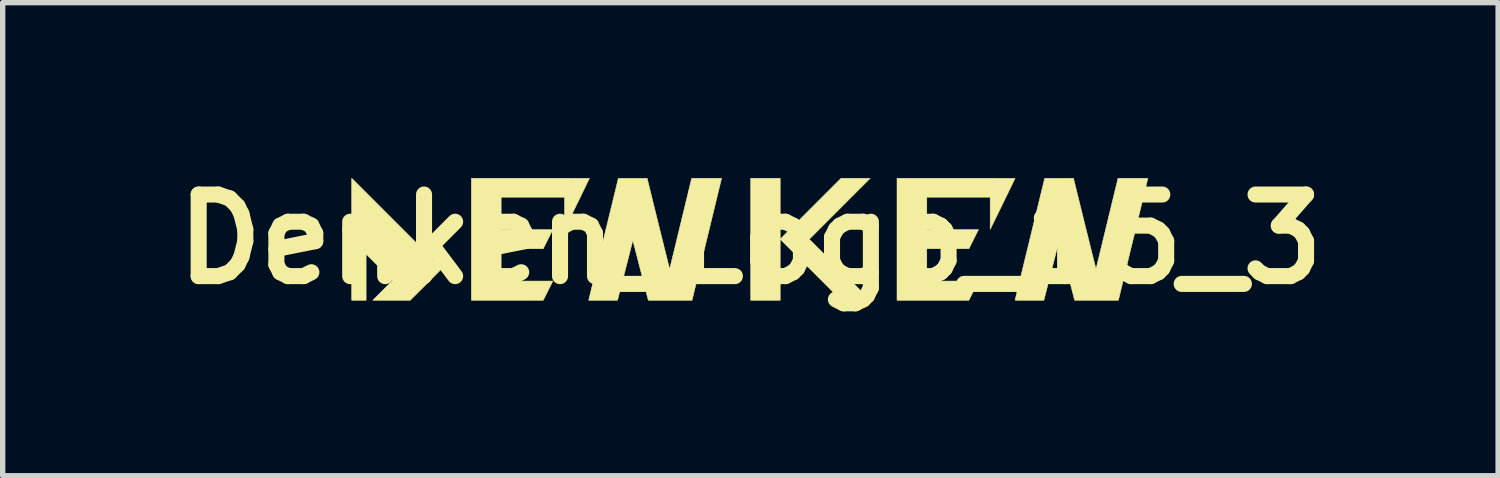
<source format=kicad_pcb>
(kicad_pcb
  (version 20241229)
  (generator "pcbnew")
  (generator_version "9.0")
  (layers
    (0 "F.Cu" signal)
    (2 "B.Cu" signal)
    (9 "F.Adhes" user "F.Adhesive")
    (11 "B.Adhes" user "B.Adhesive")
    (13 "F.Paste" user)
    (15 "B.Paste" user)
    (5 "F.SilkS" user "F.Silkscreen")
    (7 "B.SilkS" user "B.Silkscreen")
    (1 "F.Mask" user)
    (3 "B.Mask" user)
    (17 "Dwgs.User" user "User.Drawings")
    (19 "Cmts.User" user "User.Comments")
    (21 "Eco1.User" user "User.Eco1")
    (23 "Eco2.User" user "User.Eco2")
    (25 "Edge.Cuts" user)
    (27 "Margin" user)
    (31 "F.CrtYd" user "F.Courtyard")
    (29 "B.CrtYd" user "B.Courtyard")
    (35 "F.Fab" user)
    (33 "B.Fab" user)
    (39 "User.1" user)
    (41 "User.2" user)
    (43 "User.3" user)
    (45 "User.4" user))
  (footprint "Denken_Logo_15_3"
    (layer "F.Cu")
    (at 10.966 1.418)
    (property "Reference" "Denken_Logo_15_3" (at 0 0 0) (layer "F.SilkS") (effects (font (size 1.524 1.524) (thickness 0.3))))
    (attr through_hole)
    (fp_poly (pts (xy -6.604 -0.296) (xy -5.761 0.547) (xy -6.057 0.844) (xy -6.354 1.14) (xy -7.052 1.14) (xy -6.868 0.956) (xy -6.684 0.772) (xy -6.931 0.525) (xy -7.178 0.278) (xy -7.178 1.14) (xy -7.447 1.14) (xy -7.447 -1.139) (xy -6.604 -0.296)) (stroke (width 0.01) (type solid)) (fill yes) (layer "F.SilkS"))
    (fp_poly (pts (xy 0.556 -0.001) (xy 1.125 -0.57) (xy 1.693 -1.138) (xy 2.236 -1.138) (xy 1.668 -0.569) (xy 1.099 0) (xy 1.669 0.57) (xy 2.239 1.14) (xy 1.698 1.14) (xy 0.556 -0.001) (xy 0.556 1.14) (xy 0.005 1.14) (xy 0.005 -1.138) (xy 0.556 -1.138) (xy 0.556 -0.001)) (stroke (width 0.01) (type solid)) (fill yes) (layer "F.SilkS"))
    (fp_poly (pts (xy -4.035 -1.138) (xy -3.962 -1.138) (xy -3.89 -1.138) (xy -3.82 -1.138) (xy -3.752 -1.138) (xy -3.685 -1.138) (xy -3.621 -1.138) (xy -3.559 -1.138) (xy -3.499 -1.138) (xy -3.442 -1.138) (xy -3.388 -1.138) (xy -3.336 -1.137) (xy -3.288 -1.137) (xy -3.243 -1.137) (xy -3.201 -1.137) (xy -3.163 -1.137) (xy -3.129 -1.137) (xy -3.099 -1.137) (xy -3.072 -1.137) (xy -3.05 -1.137) (xy -3.033 -1.137) (xy -3.019 -1.136) (xy -3.011 -1.136) (xy -3.007 -1.136) (xy -3.007 -1.136) (xy -3.008 -1.134) (xy -3.012 -1.127) (xy -3.017 -1.116) (xy -3.024 -1.102) (xy -3.033 -1.084) (xy -3.043 -1.063) (xy -3.055 -1.038) (xy -3.068 -1.011) (xy -3.082 -0.982) (xy -3.097 -0.95) (xy -3.114 -0.917) (xy -3.131 -0.881) (xy -3.149 -0.845) (xy -3.167 -0.807) (xy -3.186 -0.768) (xy -3.205 -0.729) (xy -3.224 -0.689) (xy -3.244 -0.65) (xy -3.263 -0.61) (xy -3.282 -0.571) (xy -3.301 -0.533) (xy -3.319 -0.495) (xy -3.337 -0.459) (xy -3.354 -0.424) (xy -3.37 -0.391) (xy -3.385 -0.36) (xy -3.399 -0.332) (xy -3.412 -0.305) (xy -3.423 -0.282) (xy -3.433 -0.262) (xy -3.441 -0.245) (xy -3.448 -0.232) (xy -3.453 -0.222) (xy -3.455 -0.218) (xy -3.472 -0.184) (xy -3.472 -0.785) (xy -4.656 -0.785) (xy -4.656 -0.18) (xy -3.691 -0.18) (xy -3.78 -0.001) (xy -3.87 0.178) (xy -4.255 0.178) (xy -4.298 0.178) (xy -4.341 0.178) (xy -4.382 0.178) (xy -4.421 0.178) (xy -4.458 0.178) (xy -4.493 0.178) (xy -4.525 0.178) (xy -4.553 0.178) (xy -4.579 0.178) (xy -4.633 0.178) (xy -4.642 0.178) (xy -4.647 0.178) (xy -4.648 0.178) (xy -4.656 0.178) (xy -4.656 0.782) (xy -3.691 0.782) (xy -3.78 0.961) (xy -3.87 1.14) (xy -5.212 1.14) (xy -5.212 -1.138) (xy -4.11 -1.138) (xy -4.035 -1.138)) (stroke (width 0.01) (type solid)) (fill yes) (layer "F.SilkS"))
    (fp_poly (pts (xy 3.915 -1.138) (xy 3.988 -1.138) (xy 4.06 -1.138) (xy 4.13 -1.138) (xy 4.199 -1.138) (xy 4.265 -1.138) (xy 4.33 -1.138) (xy 4.392 -1.138) (xy 4.451 -1.138) (xy 4.508 -1.138) (xy 4.563 -1.138) (xy 4.614 -1.137) (xy 4.662 -1.137) (xy 4.707 -1.137) (xy 4.749 -1.137) (xy 4.787 -1.137) (xy 4.821 -1.137) (xy 4.852 -1.137) (xy 4.878 -1.137) (xy 4.9 -1.137) (xy 4.918 -1.137) (xy 4.931 -1.136) (xy 4.939 -1.136) (xy 4.943 -1.136) (xy 4.943 -1.136) (xy 4.942 -1.134) (xy 4.939 -1.127) (xy 4.933 -1.116) (xy 4.926 -1.102) (xy 4.918 -1.084) (xy 4.907 -1.063) (xy 4.896 -1.038) (xy 4.882 -1.011) (xy 4.868 -0.982) (xy 4.853 -0.95) (xy 4.836 -0.917) (xy 4.819 -0.881) (xy 4.801 -0.845) (xy 4.783 -0.807) (xy 4.764 -0.768) (xy 4.745 -0.729) (xy 4.726 -0.689) (xy 4.706 -0.65) (xy 4.687 -0.61) (xy 4.668 -0.571) (xy 4.649 -0.533) (xy 4.631 -0.495) (xy 4.613 -0.459) (xy 4.596 -0.424) (xy 4.58 -0.391) (xy 4.565 -0.36) (xy 4.551 -0.332) (xy 4.538 -0.305) (xy 4.527 -0.282) (xy 4.517 -0.262) (xy 4.509 -0.245) (xy 4.502 -0.232) (xy 4.498 -0.222) (xy 4.496 -0.218) (xy 4.478 -0.184) (xy 4.478 -0.785) (xy 3.294 -0.785) (xy 3.294 -0.18) (xy 4.26 -0.18) (xy 4.17 -0.001) (xy 4.081 0.178) (xy 3.696 0.178) (xy 3.652 0.178) (xy 3.609 0.178) (xy 3.568 0.178) (xy 3.529 0.178) (xy 3.492 0.178) (xy 3.457 0.178) (xy 3.426 0.178) (xy 3.397 0.178) (xy 3.371 0.178) (xy 3.317 0.178) (xy 3.308 0.178) (xy 3.303 0.178) (xy 3.303 0.178) (xy 3.294 0.178) (xy 3.294 0.782) (xy 4.26 0.782) (xy 4.17 0.961) (xy 4.081 1.14) (xy 2.738 1.14) (xy 2.738 -1.138) (xy 3.84 -1.138) (xy 3.915 -1.138)) (stroke (width 0.01) (type solid)) (fill yes) (layer "F.SilkS"))
    (fp_poly (pts (xy 6.243 -0.289) (xy 6.264 -0.205) (xy 6.284 -0.124) (xy 6.303 -0.048) (xy 6.321 0.024) (xy 6.338 0.092) (xy 6.353 0.155) (xy 6.368 0.213) (xy 6.381 0.267) (xy 6.394 0.317) (xy 6.405 0.362) (xy 6.415 0.402) (xy 6.424 0.438) (xy 6.432 0.469) (xy 6.439 0.495) (xy 6.444 0.517) (xy 6.449 0.533) (xy 6.452 0.545) (xy 6.454 0.552) (xy 6.455 0.555) (xy 6.455 0.555) (xy 6.455 0.552) (xy 6.457 0.544) (xy 6.46 0.532) (xy 6.464 0.516) (xy 6.469 0.495) (xy 6.476 0.47) (xy 6.482 0.441) (xy 6.49 0.409) (xy 6.499 0.373) (xy 6.509 0.334) (xy 6.519 0.292) (xy 6.53 0.247) (xy 6.541 0.199) (xy 6.554 0.148) (xy 6.567 0.096) (xy 6.58 0.04) (xy 6.594 -0.017) (xy 6.608 -0.076) (xy 6.623 -0.136) (xy 6.638 -0.199) (xy 6.653 -0.262) (xy 6.659 -0.284) (xy 6.674 -0.348) (xy 6.689 -0.411) (xy 6.704 -0.473) (xy 6.719 -0.532) (xy 6.733 -0.59) (xy 6.746 -0.646) (xy 6.759 -0.7) (xy 6.772 -0.752) (xy 6.784 -0.801) (xy 6.795 -0.847) (xy 6.806 -0.891) (xy 6.815 -0.931) (xy 6.824 -0.968) (xy 6.833 -1.002) (xy 6.84 -1.032) (xy 6.846 -1.059) (xy 6.852 -1.081) (xy 6.856 -1.1) (xy 6.86 -1.114) (xy 6.862 -1.123) (xy 6.863 -1.128) (xy 6.863 -1.128) (xy 6.866 -1.138) (xy 7.423 -1.138) (xy 7.164 -0.063) (xy 7.146 0.01) (xy 7.129 0.083) (xy 7.111 0.154) (xy 7.094 0.223) (xy 7.078 0.292) (xy 7.062 0.358) (xy 7.046 0.423) (xy 7.031 0.486) (xy 7.016 0.546) (xy 7.002 0.604) (xy 6.989 0.66) (xy 6.976 0.713) (xy 6.964 0.763) (xy 6.953 0.81) (xy 6.942 0.854) (xy 6.932 0.895) (xy 6.923 0.931) (xy 6.915 0.965) (xy 6.908 0.994) (xy 6.902 1.019) (xy 6.897 1.04) (xy 6.893 1.057) (xy 6.89 1.069) (xy 6.888 1.076) (xy 6.888 1.076) (xy 6.873 1.14) (xy 6.056 1.14) (xy 6.053 1.132) (xy 6.052 1.129) (xy 6.05 1.121) (xy 6.047 1.109) (xy 6.043 1.092) (xy 6.038 1.071) (xy 6.031 1.047) (xy 6.024 1.019) (xy 6.016 0.988) (xy 6.007 0.953) (xy 5.998 0.916) (xy 5.987 0.876) (xy 5.976 0.833) (xy 5.965 0.788) (xy 5.953 0.742) (xy 5.94 0.693) (xy 5.927 0.643) (xy 5.914 0.592) (xy 5.909 0.572) (xy 5.893 0.51) (xy 5.879 0.454) (xy 5.865 0.402) (xy 5.853 0.354) (xy 5.842 0.31) (xy 5.832 0.271) (xy 5.822 0.235) (xy 5.814 0.203) (xy 5.807 0.174) (xy 5.8 0.149) (xy 5.794 0.126) (xy 5.789 0.107) (xy 5.784 0.09) (xy 5.78 0.075) (xy 5.777 0.063) (xy 5.774 0.054) (xy 5.772 0.046) (xy 5.77 0.04) (xy 5.769 0.035) (xy 5.767 0.032) (xy 5.766 0.03) (xy 5.766 0.029) (xy 5.765 0.029) (xy 5.765 0.03) (xy 5.764 0.031) (xy 5.764 0.031) (xy 5.763 0.034) (xy 5.761 0.043) (xy 5.758 0.055) (xy 5.754 0.072) (xy 5.748 0.093) (xy 5.742 0.118) (xy 5.735 0.146) (xy 5.727 0.177) (xy 5.718 0.211) (xy 5.709 0.249) (xy 5.698 0.288) (xy 5.688 0.33) (xy 5.676 0.375) (xy 5.665 0.421) (xy 5.653 0.468) (xy 5.64 0.517) (xy 5.631 0.551) (xy 5.619 0.601) (xy 5.606 0.651) (xy 5.594 0.699) (xy 5.582 0.746) (xy 5.57 0.79) (xy 5.559 0.833) (xy 5.549 0.874) (xy 5.539 0.912) (xy 5.53 0.948) (xy 5.522 0.98) (xy 5.514 1.009) (xy 5.508 1.035) (xy 5.502 1.057) (xy 5.498 1.075) (xy 5.494 1.088) (xy 5.492 1.097) (xy 5.491 1.1) (xy 5.481 1.14) (xy 5.212 1.14) (xy 5.167 1.14) (xy 5.128 1.14) (xy 5.093 1.14) (xy 5.062 1.14) (xy 5.036 1.14) (xy 5.013 1.14) (xy 4.994 1.14) (xy 4.979 1.14) (xy 4.966 1.139) (xy 4.957 1.139) (xy 4.95 1.139) (xy 4.946 1.138) (xy 4.943 1.138) (xy 4.943 1.137) (xy 4.943 1.135) (xy 4.945 1.127) (xy 4.948 1.115) (xy 4.952 1.099) (xy 4.957 1.078) (xy 4.963 1.053) (xy 4.97 1.024) (xy 4.978 0.991) (xy 4.987 0.954) (xy 4.997 0.914) (xy 5.007 0.871) (xy 5.019 0.824) (xy 5.031 0.774) (xy 5.044 0.721) (xy 5.057 0.666) (xy 5.071 0.608) (xy 5.086 0.547) (xy 5.101 0.484) (xy 5.117 0.419) (xy 5.133 0.352) (xy 5.15 0.283) (xy 5.167 0.213) (xy 5.185 0.14) (xy 5.203 0.067) (xy 5.219 -0.001) (xy 5.496 -1.137) (xy 5.765 -1.137) (xy 6.034 -1.138) (xy 6.243 -0.289)) (stroke (width 0.01) (type solid)) (fill yes) (layer "F.SilkS"))
    (fp_poly (pts (xy -1.72 -0.289) (xy -1.699 -0.205) (xy -1.679 -0.124) (xy -1.66 -0.048) (xy -1.642 0.024) (xy -1.625 0.092) (xy -1.61 0.155) (xy -1.595 0.213) (xy -1.582 0.267) (xy -1.569 0.317) (xy -1.558 0.362) (xy -1.548 0.402) (xy -1.539 0.438) (xy -1.531 0.469) (xy -1.524 0.495) (xy -1.519 0.517) (xy -1.514 0.533) (xy -1.511 0.545) (xy -1.509 0.552) (xy -1.508 0.555) (xy -1.508 0.555) (xy -1.507 0.552) (xy -1.506 0.544) (xy -1.503 0.532) (xy -1.499 0.516) (xy -1.493 0.495) (xy -1.487 0.47) (xy -1.48 0.441) (xy -1.473 0.409) (xy -1.464 0.373) (xy -1.454 0.334) (xy -1.444 0.292) (xy -1.433 0.247) (xy -1.421 0.199) (xy -1.409 0.148) (xy -1.396 0.096) (xy -1.383 0.04) (xy -1.369 -0.017) (xy -1.355 -0.076) (xy -1.34 -0.136) (xy -1.325 -0.199) (xy -1.31 -0.262) (xy -1.304 -0.284) (xy -1.289 -0.348) (xy -1.274 -0.411) (xy -1.259 -0.473) (xy -1.244 -0.532) (xy -1.23 -0.59) (xy -1.217 -0.646) (xy -1.204 -0.7) (xy -1.191 -0.752) (xy -1.179 -0.801) (xy -1.168 -0.847) (xy -1.157 -0.891) (xy -1.148 -0.931) (xy -1.138 -0.968) (xy -1.13 -1.002) (xy -1.123 -1.032) (xy -1.117 -1.059) (xy -1.111 -1.081) (xy -1.107 -1.1) (xy -1.103 -1.114) (xy -1.101 -1.123) (xy -1.1 -1.128) (xy -1.1 -1.128) (xy -1.097 -1.138) (xy -0.539 -1.138) (xy -0.799 -0.063) (xy -0.817 0.01) (xy -0.834 0.083) (xy -0.852 0.154) (xy -0.868 0.223) (xy -0.885 0.292) (xy -0.901 0.358) (xy -0.917 0.423) (xy -0.932 0.486) (xy -0.946 0.546) (xy -0.961 0.604) (xy -0.974 0.66) (xy -0.987 0.713) (xy -0.999 0.763) (xy -1.01 0.81) (xy -1.021 0.854) (xy -1.031 0.895) (xy -1.04 0.931) (xy -1.048 0.965) (xy -1.055 0.994) (xy -1.061 1.019) (xy -1.066 1.04) (xy -1.07 1.057) (xy -1.073 1.069) (xy -1.074 1.076) (xy -1.075 1.076) (xy -1.09 1.14) (xy -1.907 1.14) (xy -1.91 1.132) (xy -1.91 1.129) (xy -1.912 1.121) (xy -1.916 1.109) (xy -1.92 1.092) (xy -1.925 1.071) (xy -1.932 1.047) (xy -1.939 1.019) (xy -1.947 0.988) (xy -1.956 0.953) (xy -1.965 0.916) (xy -1.976 0.876) (xy -1.987 0.833) (xy -1.998 0.788) (xy -2.01 0.742) (xy -2.023 0.693) (xy -2.035 0.643) (xy -2.049 0.592) (xy -2.054 0.572) (xy -2.07 0.51) (xy -2.084 0.454) (xy -2.098 0.402) (xy -2.11 0.354) (xy -2.121 0.31) (xy -2.131 0.271) (xy -2.141 0.235) (xy -2.149 0.203) (xy -2.156 0.174) (xy -2.163 0.149) (xy -2.169 0.126) (xy -2.174 0.107) (xy -2.179 0.09) (xy -2.182 0.075) (xy -2.186 0.063) (xy -2.189 0.054) (xy -2.191 0.046) (xy -2.193 0.04) (xy -2.194 0.035) (xy -2.196 0.032) (xy -2.196 0.03) (xy -2.197 0.029) (xy -2.198 0.029) (xy -2.198 0.03) (xy -2.199 0.031) (xy -2.199 0.031) (xy -2.2 0.034) (xy -2.202 0.043) (xy -2.205 0.055) (xy -2.209 0.072) (xy -2.215 0.093) (xy -2.221 0.118) (xy -2.228 0.146) (xy -2.236 0.177) (xy -2.245 0.211) (xy -2.254 0.249) (xy -2.264 0.288) (xy -2.275 0.33) (xy -2.286 0.375) (xy -2.298 0.421) (xy -2.31 0.468) (xy -2.323 0.517) (xy -2.332 0.551) (xy -2.344 0.601) (xy -2.357 0.651) (xy -2.369 0.699) (xy -2.381 0.746) (xy -2.393 0.79) (xy -2.404 0.833) (xy -2.414 0.874) (xy -2.424 0.912) (xy -2.433 0.948) (xy -2.441 0.98) (xy -2.449 1.009) (xy -2.455 1.035) (xy -2.461 1.057) (xy -2.465 1.075) (xy -2.469 1.088) (xy -2.471 1.097) (xy -2.472 1.1) (xy -2.482 1.14) (xy -2.751 1.14) (xy -2.788 1.14) (xy -2.823 1.14) (xy -2.856 1.14) (xy -2.887 1.14) (xy -2.916 1.14) (xy -2.942 1.14) (xy -2.964 1.14) (xy -2.984 1.14) (xy -2.999 1.14) (xy -3.011 1.14) (xy -3.018 1.14) (xy -3.02 1.14) (xy -3.019 1.136) (xy -3.018 1.128) (xy -3.015 1.115) (xy -3.011 1.098) (xy -3.006 1.076) (xy -2.999 1.051) (xy -2.992 1.021) (xy -2.984 0.987) (xy -2.975 0.95) (xy -2.965 0.909) (xy -2.954 0.864) (xy -2.953 0.859) (xy -2.949 0.84) (xy -2.943 0.818) (xy -2.936 0.79) (xy -2.929 0.759) (xy -2.92 0.723) (xy -2.91 0.684) (xy -2.9 0.641) (xy -2.889 0.595) (xy -2.877 0.546) (xy -2.864 0.494) (xy -2.851 0.439) (xy -2.837 0.382) (xy -2.822 0.322) (xy -2.807 0.261) (xy -2.792 0.198) (xy -2.776 0.134) (xy -2.76 0.068) (xy -2.744 0.001) (xy -2.728 -0.066) (xy -2.711 -0.134) (xy -2.695 -0.203) (xy -2.685 -0.241) (xy -2.467 -1.137) (xy -2.198 -1.137) (xy -1.929 -1.138) (xy -1.72 -0.289)) (stroke (width 0.01) (type solid)) (fill yes) (layer "F.SilkS")))
  (gr_rect
    (start -3 -3)
    (end 24.931 5.836)
    (stroke (width 0.1) (type default))
    (fill no)
    (layer "Edge.Cuts")))
</source>
